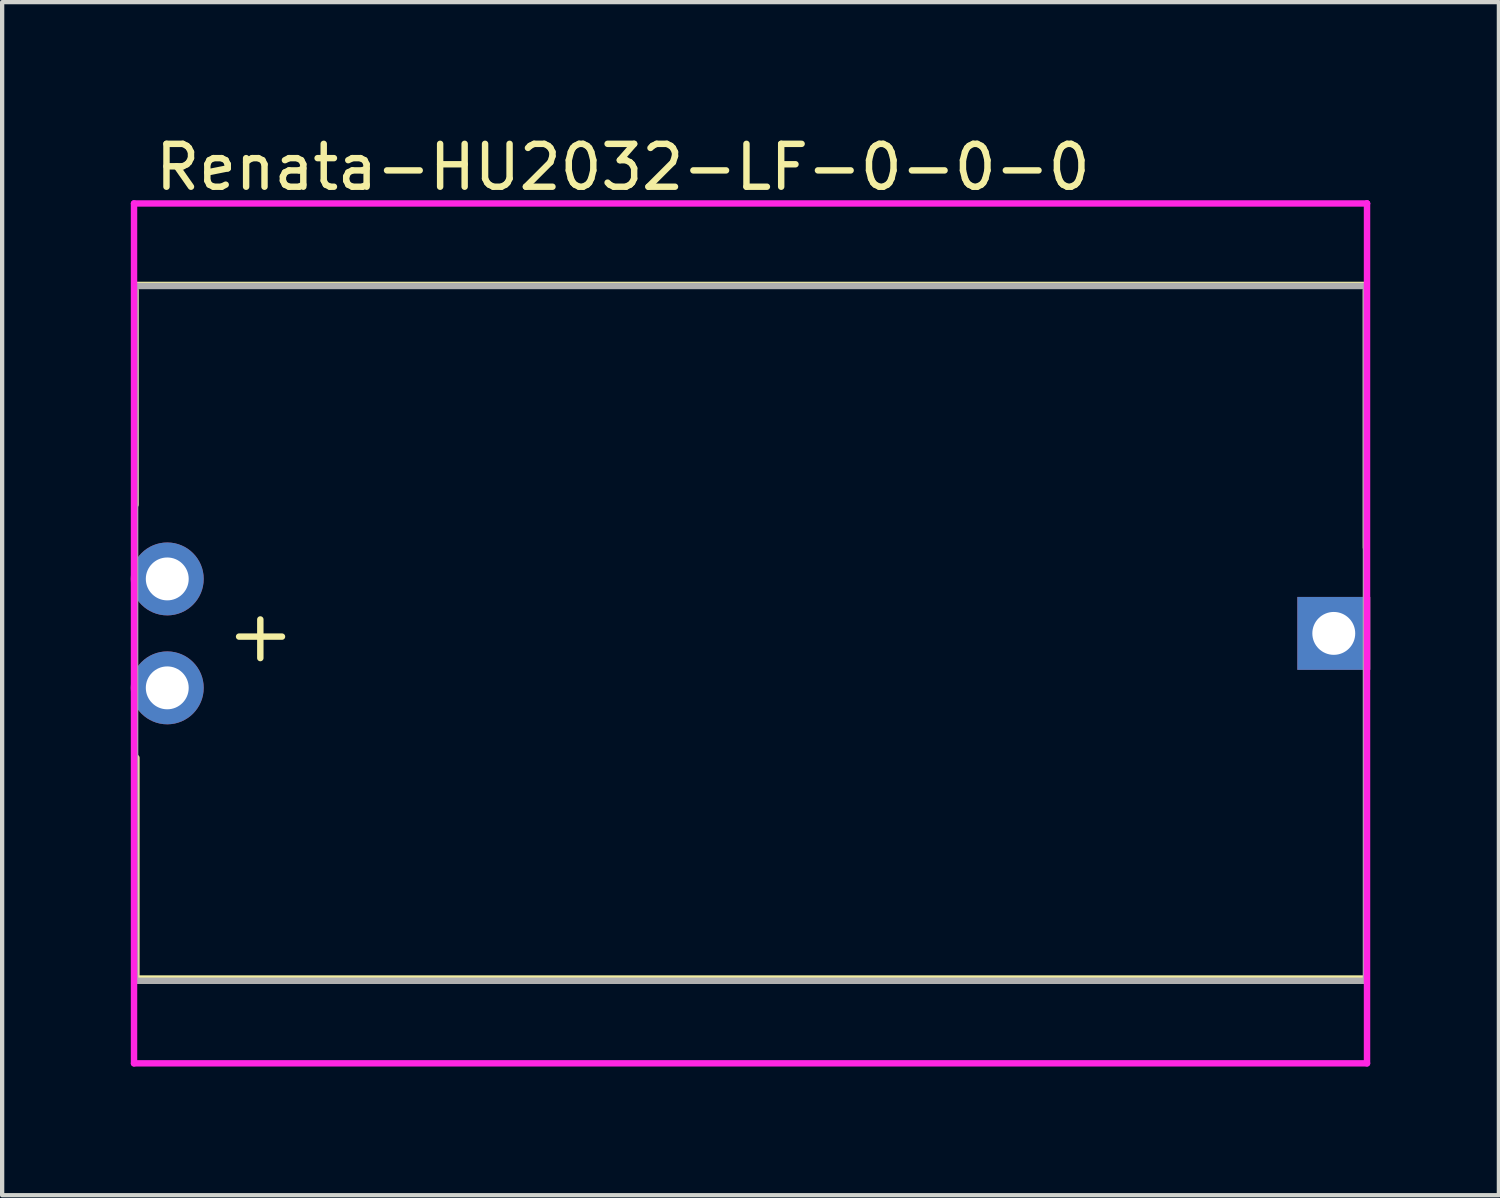
<source format=kicad_pcb>
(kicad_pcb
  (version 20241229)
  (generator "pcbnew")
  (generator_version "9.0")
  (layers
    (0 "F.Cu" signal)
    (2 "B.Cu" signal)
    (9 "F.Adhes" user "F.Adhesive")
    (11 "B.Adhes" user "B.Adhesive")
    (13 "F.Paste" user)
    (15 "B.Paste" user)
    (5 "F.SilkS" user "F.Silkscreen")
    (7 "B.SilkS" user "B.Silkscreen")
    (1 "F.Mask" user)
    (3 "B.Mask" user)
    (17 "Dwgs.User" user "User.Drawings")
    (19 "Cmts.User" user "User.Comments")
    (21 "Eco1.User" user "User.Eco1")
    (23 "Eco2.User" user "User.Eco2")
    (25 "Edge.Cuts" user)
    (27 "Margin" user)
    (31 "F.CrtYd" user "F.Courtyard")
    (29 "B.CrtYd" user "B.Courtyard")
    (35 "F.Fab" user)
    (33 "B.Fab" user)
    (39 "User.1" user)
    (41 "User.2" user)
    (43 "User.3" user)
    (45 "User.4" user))
  (footprint "Renata-HU2032-LF-0-0-0"
    (layer "F.Cu")
    (at 14.45 11.719)
    (property "Reference" "Renata-HU2032-LF-0-0-0" (at -13.955 -10.87 0) (layer "F.SilkS") (effects (font (size 1 1) (thickness 0.15)) (justify left)))
    (attr through_hole)
    (fp_line (start -14.357 8.048) (end 14.343 8.048) (stroke (width 0.15) (type solid)) (layer "F.SilkS"))
    (fp_line (start -14.35 -8.125) (end 14.35 -8.125) (stroke (width 0.15) (type solid)) (layer "F.SilkS"))
    (fp_line (start -14.34 -8) (end -14.34 -3) (stroke (width 0.15) (type solid)) (layer "F.SilkS"))
    (fp_line (start -14.32 2.9) (end -14.32 8) (stroke (width 0.15) (type solid)) (layer "F.SilkS"))
    (fp_line (start -11.925 0.075) (end -10.925 0.075) (stroke (width 0.15) (type solid)) (layer "F.SilkS"))
    (fp_line (start -11.43 0.575) (end -11.43 -0.325) (stroke (width 0.15) (type solid)) (layer "F.SilkS"))
    (fp_line (start 14.35 -8) (end 14.35 -2) (stroke (width 0.15) (type solid)) (layer "F.SilkS"))
    (fp_line (start 14.36 1.89) (end 14.36 8) (stroke (width 0.15) (type solid)) (layer "F.SilkS"))
    (fp_line (start -14.375 -10.025) (end -14.375 10.025) (stroke (width 0.15) (type solid)) (layer "F.CrtYd"))
    (fp_line (start -14.375 10.025) (end 14.375 10.025) (stroke (width 0.15) (type solid)) (layer "F.CrtYd"))
    (fp_line (start 14.375 -10.025) (end -14.375 -10.025) (stroke (width 0.15) (type solid)) (layer "F.CrtYd"))
    (fp_line (start 14.375 -10.025) (end 14.375 -10.025) (stroke (width 0.15) (type solid)) (layer "F.CrtYd"))
    (fp_line (start 14.375 10.025) (end 14.375 -10.025) (stroke (width 0.15) (type solid)) (layer "F.CrtYd"))
    (fp_line (start -14.35 -8.1) (end 14.35 -8.1) (stroke (width 0.15) (type solid)) (layer "F.Fab"))
    (fp_line (start -14.35 8.1) (end -14.35 -8.1) (stroke (width 0.15) (type solid)) (layer "F.Fab"))
    (fp_line (start 14.35 -8.1) (end 14.35 8.1) (stroke (width 0.15) (type solid)) (layer "F.Fab"))
    (fp_line (start 14.35 8.1) (end -14.35 8.1) (stroke (width 0.15) (type solid)) (layer "F.Fab"))
    (pad "1" thru_hole rect (at 13.6 0) (size 1.7 1.7) (drill 1) (layers "*.Cu" "*.Mask"))
    (pad "2" thru_hole circle (at -13.6 -1.27) (size 1.7 1.7) (drill 1) (layers "*.Cu" "*.Mask"))
    (pad "2" thru_hole circle (at -13.6 1.27) (size 1.7 1.7) (drill 1) (layers "*.Cu" "*.Mask")))
  (gr_rect
    (start -3 -3)
    (end 31.9 24.819)
    (stroke (width 0.1) (type default))
    (fill no)
    (layer "Edge.Cuts")))
</source>
